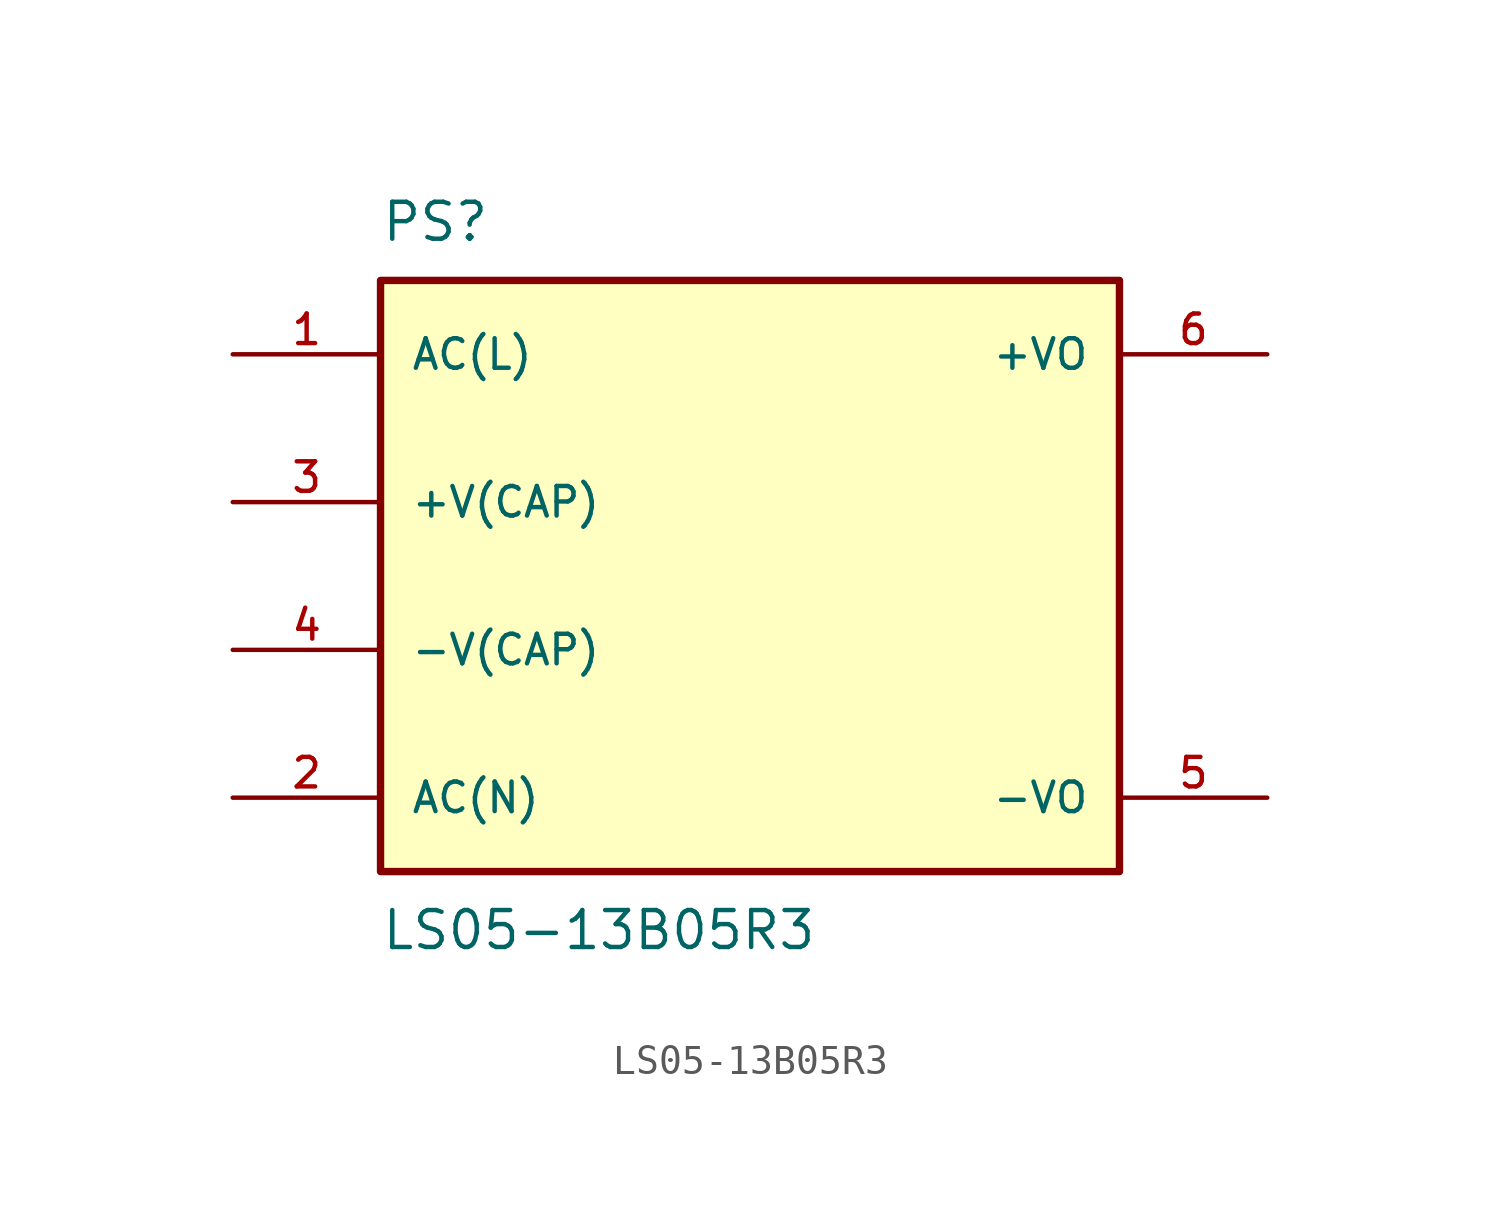
<source format=kicad_sym>
(kicad_symbol_lib
  (version 20211014)
  (generator kicad_symbol_editor)
  (symbol "LS05-13B05R3"
    (pin_names
      (offset 1.016))
    (property "Reference" "PS"
      (at -12.7 11.43 0)
      (effects (font (size 1.27 1.27)) (justify bottom left)))
    (property "Value" "LS05-13B05R3"
      (at -12.7 -11.43 0)
      (effects (font (size 1.27 1.27)) (justify top left)))
    (symbol "LS05-13B05R3_0_0"
      (rectangle (start -12.7 -10.16) (end 12.7 10.16) (stroke (width 0.254)) (fill (type background)))
      (pin input line (at -17.78 7.62 0) (length 5.08) (name "AC(L)" (effects (font (size 1.016 1.016)))) (number "1" (effects (font (size 1.016 1.016)))))
      (pin input line (at -17.78 -7.62 0) (length 5.08) (name "AC(N)" (effects (font (size 1.016 1.016)))) (number "2" (effects (font (size 1.016 1.016)))))
      (pin output line (at 17.78 7.62 180.0) (length 5.08) (name "+VO" (effects (font (size 1.016 1.016)))) (number "6" (effects (font (size 1.016 1.016)))))
      (pin output line (at 17.78 -7.62 180.0) (length 5.08) (name "-VO" (effects (font (size 1.016 1.016)))) (number "5" (effects (font (size 1.016 1.016)))))
      (pin passive line (at -17.78 2.54 0) (length 5.08) (name "+V(CAP)" (effects (font (size 1.016 1.016)))) (number "3" (effects (font (size 1.016 1.016)))))
      (pin passive line (at -17.78 -2.54 0) (length 5.08) (name "-V(CAP)" (effects (font (size 1.016 1.016)))) (number "4" (effects (font (size 1.016 1.016))))))))
</source>
